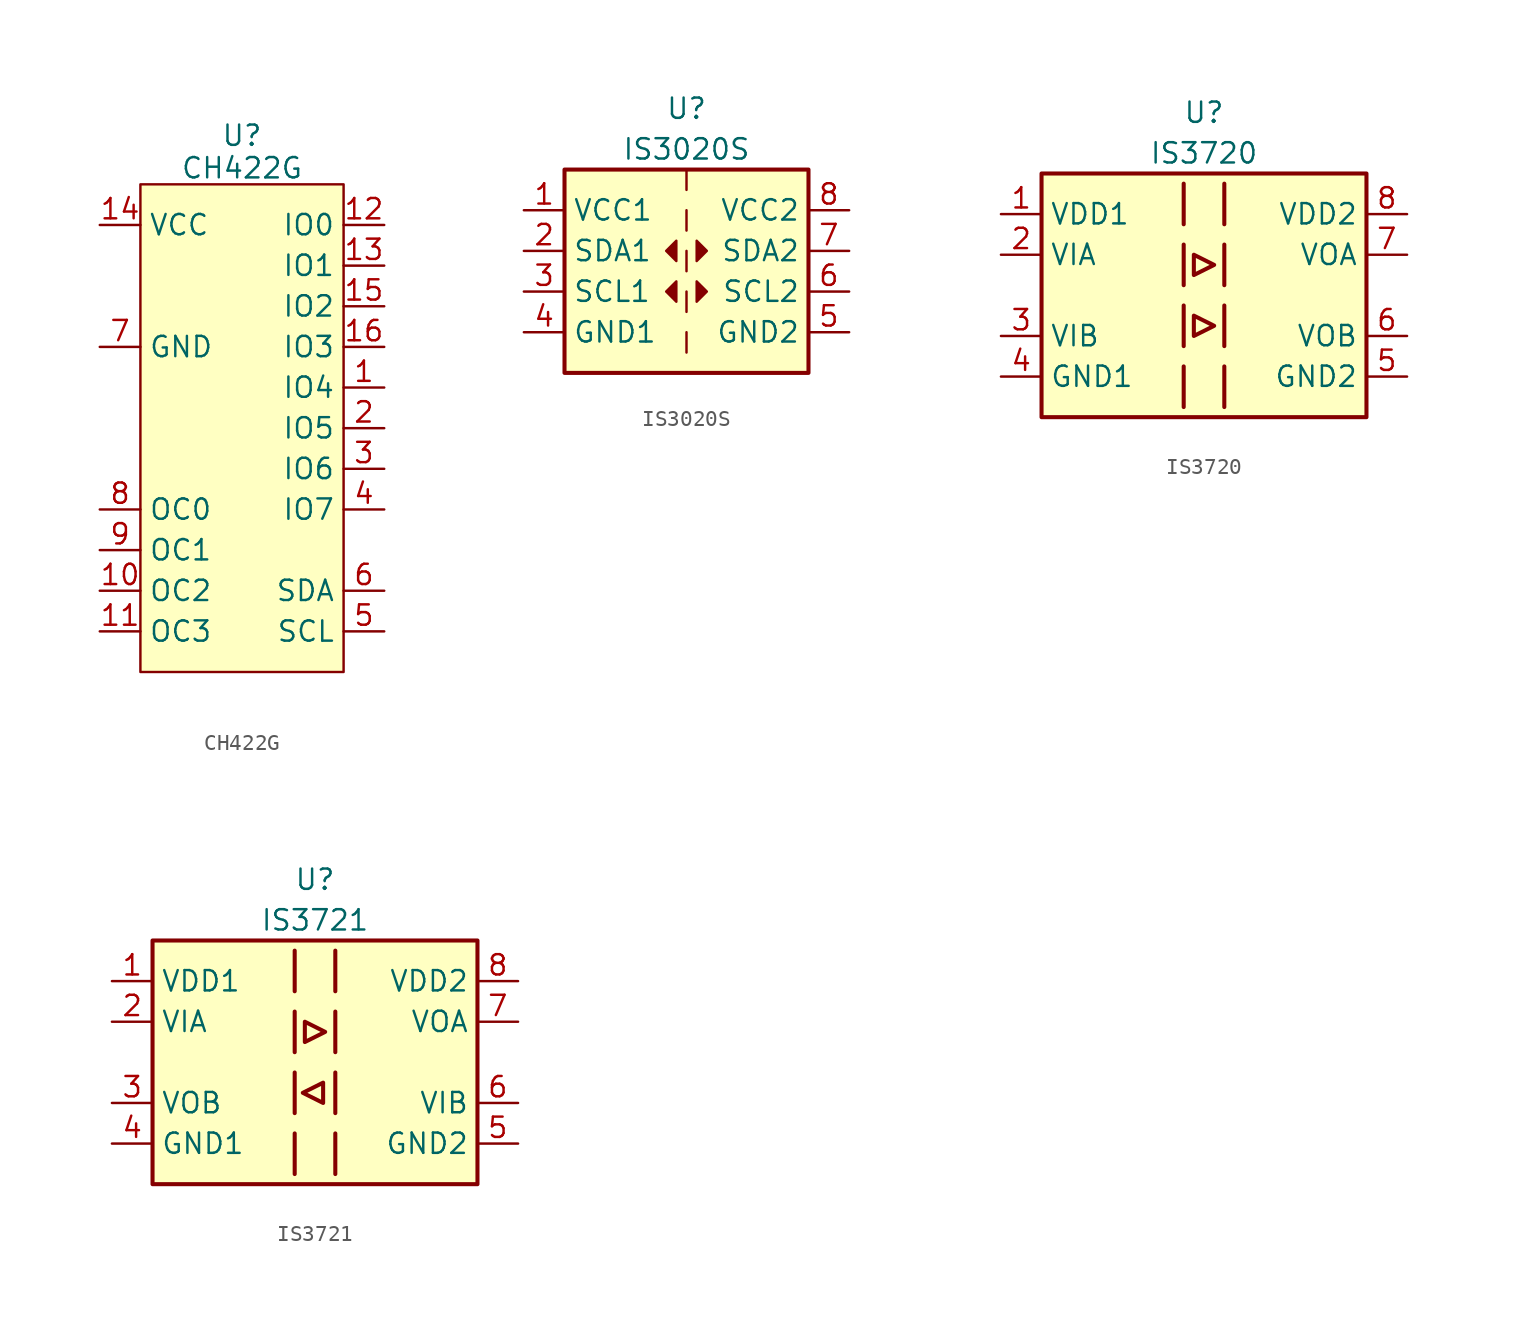
<source format=kicad_sym>
(kicad_symbol_lib
  (version 20231120)
  (generator "kicad_symbol_editor")
  (generator_version "8.0")
  (symbol "CH422G"
    (property "Reference" "U"
      (at 0 18.288 0)
      (effects (font (size 1.27 1.27))))
    (property "Value" "CH422G"
      (at 0 16.256 0)
      (effects (font (size 1.27 1.27))))
    (symbol "CH422G_1_1"
      (rectangle (start -6.35 15.24) (end 6.35 -15.24) (stroke (width 0) (type default)) (fill (type background)))
      (pin bidirectional line (at 8.89 2.54 180) (length 2.54) (name "IO4" (effects (font (size 1.27 1.27)))) (number "1" (effects (font (size 1.27 1.27)))))
      (pin bidirectional line (at -8.89 -10.16 0) (length 2.54) (name "OC2" (effects (font (size 1.27 1.27)))) (number "10" (effects (font (size 1.27 1.27)))))
      (pin bidirectional line (at -8.89 -12.7 0) (length 2.54) (name "OC3" (effects (font (size 1.27 1.27)))) (number "11" (effects (font (size 1.27 1.27)))))
      (pin bidirectional line (at 8.89 12.7 180) (length 2.54) (name "IO0" (effects (font (size 1.27 1.27)))) (number "12" (effects (font (size 1.27 1.27)))))
      (pin bidirectional line (at 8.89 10.16 180) (length 2.54) (name "IO1" (effects (font (size 1.27 1.27)))) (number "13" (effects (font (size 1.27 1.27)))))
      (pin bidirectional line (at -8.89 12.7 0) (length 2.54) (name "VCC" (effects (font (size 1.27 1.27)))) (number "14" (effects (font (size 1.27 1.27)))))
      (pin bidirectional line (at 8.89 7.62 180) (length 2.54) (name "IO2" (effects (font (size 1.27 1.27)))) (number "15" (effects (font (size 1.27 1.27)))))
      (pin bidirectional line (at 8.89 5.08 180) (length 2.54) (name "IO3" (effects (font (size 1.27 1.27)))) (number "16" (effects (font (size 1.27 1.27)))))
      (pin bidirectional line (at 8.89 0 180) (length 2.54) (name "IO5" (effects (font (size 1.27 1.27)))) (number "2" (effects (font (size 1.27 1.27)))))
      (pin bidirectional line (at 8.89 -2.54 180) (length 2.54) (name "IO6" (effects (font (size 1.27 1.27)))) (number "3" (effects (font (size 1.27 1.27)))))
      (pin bidirectional line (at 8.89 -5.08 180) (length 2.54) (name "IO7" (effects (font (size 1.27 1.27)))) (number "4" (effects (font (size 1.27 1.27)))))
      (pin bidirectional line (at 8.89 -12.7 180) (length 2.54) (name "SCL" (effects (font (size 1.27 1.27)))) (number "5" (effects (font (size 1.27 1.27)))))
      (pin bidirectional line (at 8.89 -10.16 180) (length 2.54) (name "SDA" (effects (font (size 1.27 1.27)))) (number "6" (effects (font (size 1.27 1.27)))))
      (pin bidirectional line (at -8.89 5.08 0) (length 2.54) (name "GND" (effects (font (size 1.27 1.27)))) (number "7" (effects (font (size 1.27 1.27)))))
      (pin bidirectional line (at -8.89 -5.08 0) (length 2.54) (name "OC0" (effects (font (size 1.27 1.27)))) (number "8" (effects (font (size 1.27 1.27)))))
      (pin bidirectional line (at -8.89 -7.62 0) (length 2.54) (name "OC1" (effects (font (size 1.27 1.27)))) (number "9" (effects (font (size 1.27 1.27)))))))
  (symbol "IS3020S"
    (property "Reference" "U"
      (at 0 10.16 0)
      (effects (font (size 1.27 1.27))))
    (property "Value" "IS3020S"
      (at 0 7.62 0)
      (effects (font (size 1.27 1.27))))
    (symbol "IS3020S_0_1"
      (rectangle (start -7.62 6.35) (end 7.62 -6.35) (stroke (width 0.254) (type default)) (fill (type background)))
      (rectangle (start 0 -3.81) (end 0 -5.08) (stroke (width 0) (type default)) (fill (type none)))
      (polyline (pts (xy 0 -1.27) (xy 0 -2.54)) (stroke (width 0) (type default)) (fill (type none)))
      (polyline (pts (xy 0 1.27) (xy 0 0)) (stroke (width 0) (type default)) (fill (type none)))
      (polyline (pts (xy 0 3.81) (xy 0 2.54)) (stroke (width 0) (type default)) (fill (type none)))
      (polyline (pts (xy 0 6.35) (xy 0 5.08)) (stroke (width 0) (type default)) (fill (type none)))
      (polyline (pts (xy -0.635 1.905) (xy -1.27 1.27) (xy -0.635 0.635) (xy -0.635 1.905)) (stroke (width 0) (type default)) (fill (type outline)))
      (polyline (pts (xy 0.635 -0.635) (xy 1.27 -1.27) (xy 0.635 -1.905) (xy 0.635 -0.635)) (stroke (width 0) (type default)) (fill (type outline)))
      (polyline (pts (xy 0.635 1.905) (xy 1.27 1.27) (xy 0.635 0.635) (xy 0.635 1.905)) (stroke (width 0) (type default)) (fill (type outline))))
    (symbol "IS3020S_1_1"
      (polyline (pts (xy -0.635 -0.635) (xy -1.27 -1.27) (xy -0.635 -1.905) (xy -0.635 -0.635)) (stroke (width 0) (type default)) (fill (type outline)))
      (pin power_in line (at -10.16 3.81 0) (length 2.54) (name "VCC1" (effects (font (size 1.27 1.27)))) (number "1" (effects (font (size 1.27 1.27)))))
      (pin bidirectional line (at -10.16 1.27 0) (length 2.54) (name "SDA1" (effects (font (size 1.27 1.27)))) (number "2" (effects (font (size 1.27 1.27)))))
      (pin bidirectional line (at -10.16 -1.27 0) (length 2.54) (name "SCL1" (effects (font (size 1.27 1.27)))) (number "3" (effects (font (size 1.27 1.27)))))
      (pin power_in line (at -10.16 -3.81 0) (length 2.54) (name "GND1" (effects (font (size 1.27 1.27)))) (number "4" (effects (font (size 1.27 1.27)))))
      (pin power_in line (at 10.16 -3.81 180) (length 2.54) (name "GND2" (effects (font (size 1.27 1.27)))) (number "5" (effects (font (size 1.27 1.27)))))
      (pin bidirectional line (at 10.16 -1.27 180) (length 2.54) (name "SCL2" (effects (font (size 1.27 1.27)))) (number "6" (effects (font (size 1.27 1.27)))))
      (pin bidirectional line (at 10.16 1.27 180) (length 2.54) (name "SDA2" (effects (font (size 1.27 1.27)))) (number "7" (effects (font (size 1.27 1.27)))))
      (pin power_in line (at 10.16 3.81 180) (length 2.54) (name "VCC2" (effects (font (size 1.27 1.27)))) (number "8" (effects (font (size 1.27 1.27)))))))
  (symbol "IS3720"
    (property "Reference" "U"
      (at 0 11.43 0)
      (effects (font (size 1.27 1.27))))
    (property "Value" "IS3720"
      (at 0 8.89 0)
      (effects (font (size 1.27 1.27))))
    (symbol "IS3720_0_1"
      (rectangle (start -10.16 7.62) (end 10.16 -7.62) (stroke (width 0.254) (type default)) (fill (type background)))
      (polyline (pts (xy -1.27 -4.445) (xy -1.27 -6.985)) (stroke (width 0.254) (type default)) (fill (type none)))
      (polyline (pts (xy -1.27 -0.635) (xy -1.27 -3.175)) (stroke (width 0.254) (type default)) (fill (type none)))
      (polyline (pts (xy -1.27 3.175) (xy -1.27 0.635)) (stroke (width 0.254) (type default)) (fill (type none)))
      (polyline (pts (xy -1.27 6.985) (xy -1.27 4.445)) (stroke (width 0.254) (type default)) (fill (type none)))
      (polyline (pts (xy 1.27 -4.445) (xy 1.27 -6.985)) (stroke (width 0.254) (type default)) (fill (type none)))
      (polyline (pts (xy 1.27 -0.635) (xy 1.27 -3.175)) (stroke (width 0.254) (type default)) (fill (type none)))
      (polyline (pts (xy 1.27 3.175) (xy 1.27 0.635)) (stroke (width 0.254) (type default)) (fill (type none)))
      (polyline (pts (xy 1.27 6.985) (xy 1.27 4.445)) (stroke (width 0.254) (type default)) (fill (type none)))
      (polyline (pts (xy -0.635 -1.27) (xy -0.635 -2.54) (xy 0.635 -1.905) (xy -0.635 -1.27)) (stroke (width 0.254) (type default)) (fill (type none)))
      (polyline (pts (xy -0.635 1.27) (xy 0.635 1.905) (xy -0.635 2.54) (xy -0.635 1.27)) (stroke (width 0.254) (type default)) (fill (type none))))
    (symbol "IS3720_1_1"
      (pin power_in line (at -12.7 5.08 0) (length 2.54) (name "VDD1" (effects (font (size 1.27 1.27)))) (number "1" (effects (font (size 1.27 1.27)))))
      (pin input line (at -12.7 2.54 0) (length 2.54) (name "VIA" (effects (font (size 1.27 1.27)))) (number "2" (effects (font (size 1.27 1.27)))))
      (pin input line (at -12.7 -2.54 0) (length 2.54) (name "VIB" (effects (font (size 1.27 1.27)))) (number "3" (effects (font (size 1.27 1.27)))))
      (pin power_in line (at -12.7 -5.08 0) (length 2.54) (name "GND1" (effects (font (size 1.27 1.27)))) (number "4" (effects (font (size 1.27 1.27)))))
      (pin power_in line (at 12.7 -5.08 180) (length 2.54) (name "GND2" (effects (font (size 1.27 1.27)))) (number "5" (effects (font (size 1.27 1.27)))))
      (pin output line (at 12.7 -2.54 180) (length 2.54) (name "VOB" (effects (font (size 1.27 1.27)))) (number "6" (effects (font (size 1.27 1.27)))))
      (pin output line (at 12.7 2.54 180) (length 2.54) (name "VOA" (effects (font (size 1.27 1.27)))) (number "7" (effects (font (size 1.27 1.27)))))
      (pin power_in line (at 12.7 5.08 180) (length 2.54) (name "VDD2" (effects (font (size 1.27 1.27)))) (number "8" (effects (font (size 1.27 1.27)))))))
  (symbol "IS3721"
    (property "Reference" "U"
      (at 0 11.43 0)
      (effects (font (size 1.27 1.27))))
    (property "Value" "IS3721"
      (at 0 8.89 0)
      (effects (font (size 1.27 1.27))))
    (symbol "IS3721_0_1"
      (rectangle (start -10.16 7.62) (end 10.16 -7.62) (stroke (width 0.254) (type default)) (fill (type background)))
      (polyline (pts (xy -1.27 -4.445) (xy -1.27 -6.985)) (stroke (width 0.254) (type default)) (fill (type none)))
      (polyline (pts (xy -1.27 -0.635) (xy -1.27 -3.175)) (stroke (width 0.254) (type default)) (fill (type none)))
      (polyline (pts (xy -1.27 3.175) (xy -1.27 0.635)) (stroke (width 0.254) (type default)) (fill (type none)))
      (polyline (pts (xy -1.27 6.985) (xy -1.27 4.445)) (stroke (width 0.254) (type default)) (fill (type none)))
      (polyline (pts (xy 1.27 -4.445) (xy 1.27 -6.985)) (stroke (width 0.254) (type default)) (fill (type none)))
      (polyline (pts (xy 1.27 -0.635) (xy 1.27 -3.175)) (stroke (width 0.254) (type default)) (fill (type none)))
      (polyline (pts (xy 1.27 3.175) (xy 1.27 0.635)) (stroke (width 0.254) (type default)) (fill (type none)))
      (polyline (pts (xy 1.27 6.985) (xy 1.27 4.445)) (stroke (width 0.254) (type default)) (fill (type none)))
      (polyline (pts (xy -0.635 1.27) (xy 0.635 1.905) (xy -0.635 2.54) (xy -0.635 1.27)) (stroke (width 0.254) (type default)) (fill (type none)))
      (polyline (pts (xy 0.508 -1.27) (xy 0.508 -2.54) (xy -0.762 -1.905) (xy 0.508 -1.27)) (stroke (width 0.254) (type default)) (fill (type none))))
    (symbol "IS3721_1_1"
      (pin power_in line (at -12.7 5.08 0) (length 2.54) (name "VDD1" (effects (font (size 1.27 1.27)))) (number "1" (effects (font (size 1.27 1.27)))))
      (pin input line (at -12.7 2.54 0) (length 2.54) (name "VIA" (effects (font (size 1.27 1.27)))) (number "2" (effects (font (size 1.27 1.27)))))
      (pin input line (at -12.7 -2.54 0) (length 2.54) (name "VOB" (effects (font (size 1.27 1.27)))) (number "3" (effects (font (size 1.27 1.27)))))
      (pin power_in line (at -12.7 -5.08 0) (length 2.54) (name "GND1" (effects (font (size 1.27 1.27)))) (number "4" (effects (font (size 1.27 1.27)))))
      (pin power_in line (at 12.7 -5.08 180) (length 2.54) (name "GND2" (effects (font (size 1.27 1.27)))) (number "5" (effects (font (size 1.27 1.27)))))
      (pin output line (at 12.7 -2.54 180) (length 2.54) (name "VIB" (effects (font (size 1.27 1.27)))) (number "6" (effects (font (size 1.27 1.27)))))
      (pin output line (at 12.7 2.54 180) (length 2.54) (name "VOA" (effects (font (size 1.27 1.27)))) (number "7" (effects (font (size 1.27 1.27)))))
      (pin power_in line (at 12.7 5.08 180) (length 2.54) (name "VDD2" (effects (font (size 1.27 1.27)))) (number "8" (effects (font (size 1.27 1.27))))))))
</source>
